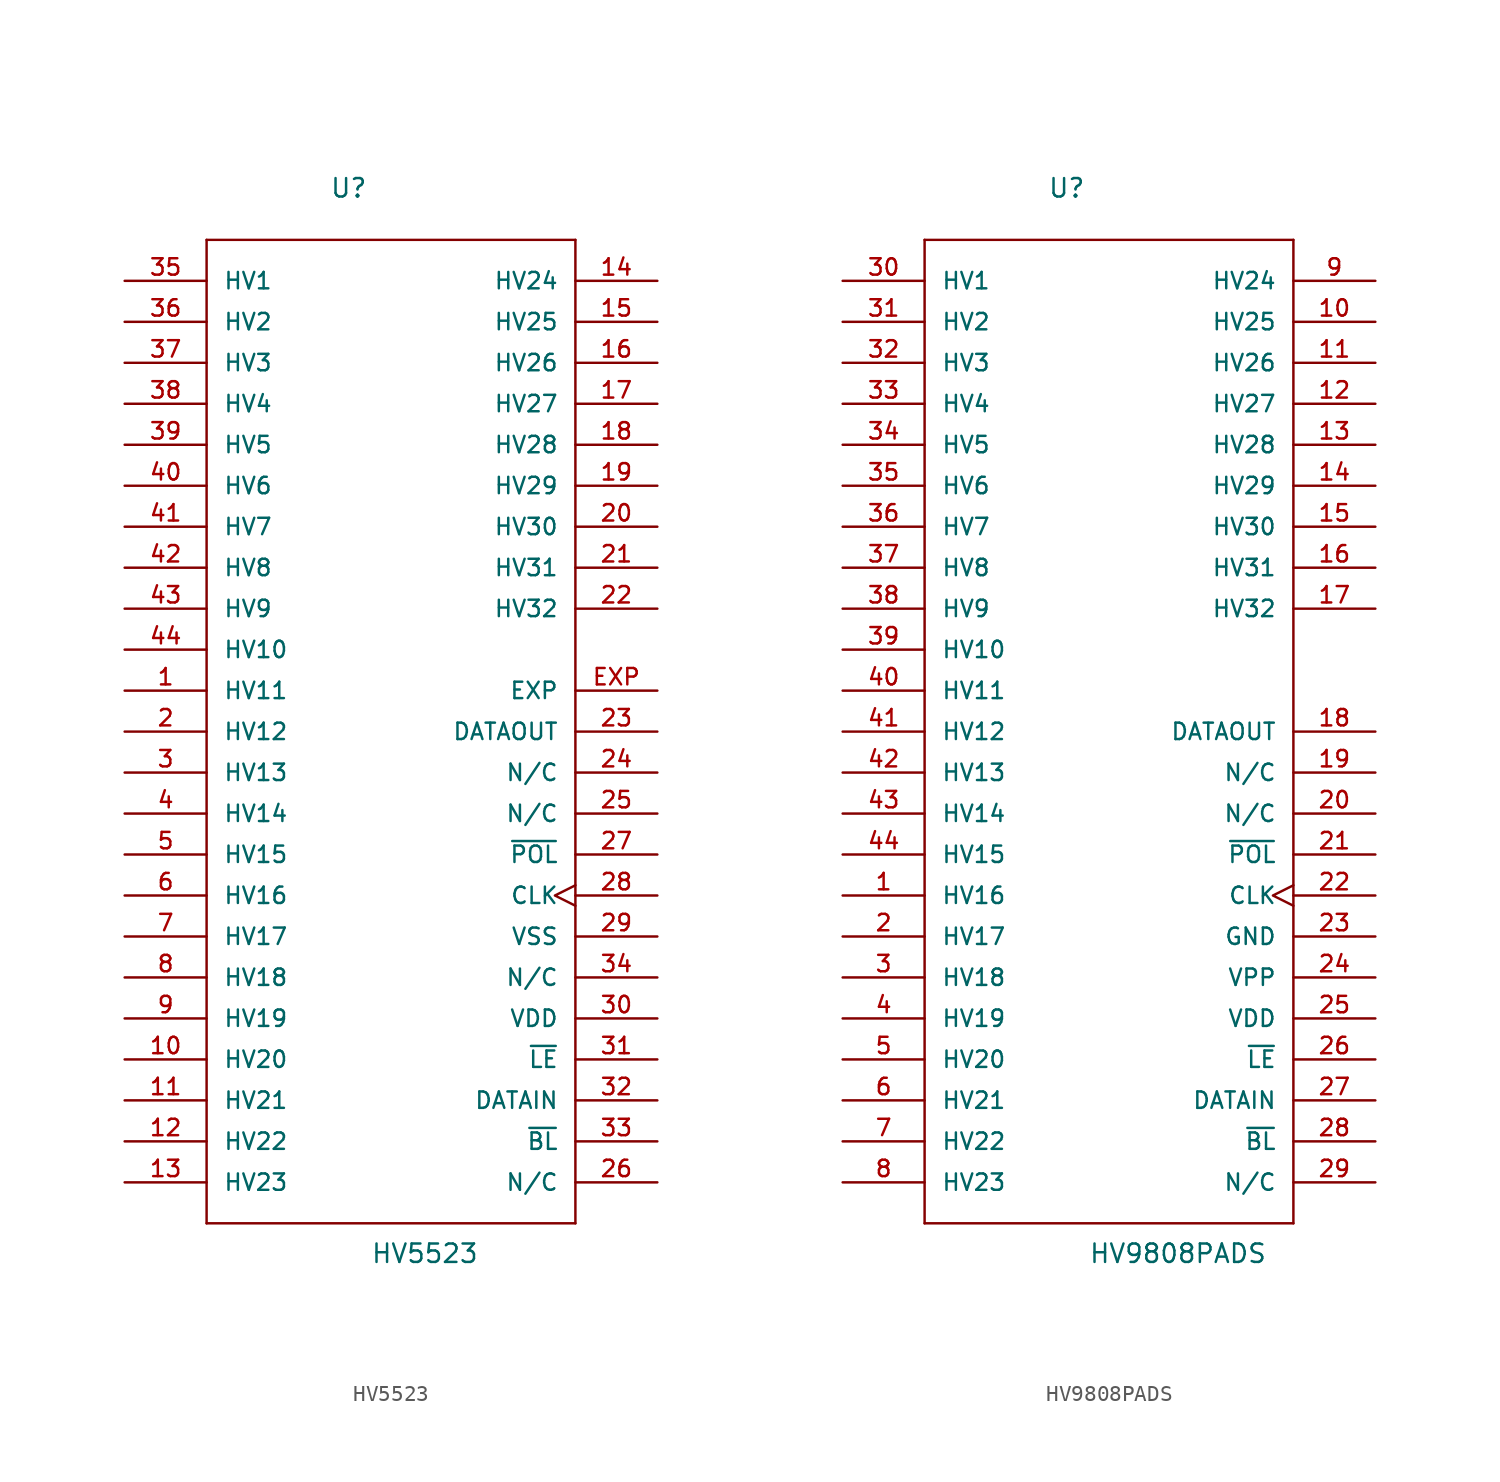
<source format=kicad_sym>
(kicad_symbol_lib
  (version 20241209)
  (generator "kicad_symbol_editor")
  (generator_version "9.0")
  (symbol "HV5523"
    (pin_names
      (offset 1.016))
    (property "Reference" "U"
      (at -5.08 33.02 0)
      (effects (font (size 1.143 1.143)) (justify left bottom)))
    (property "Value" "HV5523"
      (at -2.54 -33.02 0)
      (effects (font (size 1.143 1.143)) (justify left bottom)))
    (property "ki_locked" ""
      (at 0 0 0)
      (effects (font (size 1.27 1.27))))
    (symbol "HV5523_1_0"
      (polyline (pts (xy -12.7 30.48) (xy -12.7 -30.48)) (stroke (width 0) (type solid)) (fill (type none)))
      (polyline (pts (xy -12.7 -30.48) (xy 10.16 -30.48)) (stroke (width 0) (type solid)) (fill (type none)))
      (polyline (pts (xy 10.16 30.48) (xy -12.7 30.48)) (stroke (width 0) (type solid)) (fill (type none)))
      (polyline (pts (xy 10.16 -30.48) (xy 10.16 30.48)) (stroke (width 0) (type solid)) (fill (type none))))
    (symbol "HV5523_1_1"
      (pin passive line (at -17.78 27.94 0) (length 5.08) (name "HV1" (effects (font (size 1.016 1.016)))) (number "35" (effects (font (size 1.016 1.016)))))
      (pin passive line (at -17.78 25.4 0) (length 5.08) (name "HV2" (effects (font (size 1.016 1.016)))) (number "36" (effects (font (size 1.016 1.016)))))
      (pin passive line (at -17.78 22.86 0) (length 5.08) (name "HV3" (effects (font (size 1.016 1.016)))) (number "37" (effects (font (size 1.016 1.016)))))
      (pin passive line (at -17.78 20.32 0) (length 5.08) (name "HV4" (effects (font (size 1.016 1.016)))) (number "38" (effects (font (size 1.016 1.016)))))
      (pin passive line (at -17.78 17.78 0) (length 5.08) (name "HV5" (effects (font (size 1.016 1.016)))) (number "39" (effects (font (size 1.016 1.016)))))
      (pin passive line (at -17.78 15.24 0) (length 5.08) (name "HV6" (effects (font (size 1.016 1.016)))) (number "40" (effects (font (size 1.016 1.016)))))
      (pin passive line (at -17.78 12.7 0) (length 5.08) (name "HV7" (effects (font (size 1.016 1.016)))) (number "41" (effects (font (size 1.016 1.016)))))
      (pin passive line (at -17.78 10.16 0) (length 5.08) (name "HV8" (effects (font (size 1.016 1.016)))) (number "42" (effects (font (size 1.016 1.016)))))
      (pin passive line (at -17.78 7.62 0) (length 5.08) (name "HV9" (effects (font (size 1.016 1.016)))) (number "43" (effects (font (size 1.016 1.016)))))
      (pin passive line (at -17.78 5.08 0) (length 5.08) (name "HV10" (effects (font (size 1.016 1.016)))) (number "44" (effects (font (size 1.016 1.016)))))
      (pin passive line (at -17.78 2.54 0) (length 5.08) (name "HV11" (effects (font (size 1.016 1.016)))) (number "1" (effects (font (size 1.016 1.016)))))
      (pin passive line (at -17.78 0 0) (length 5.08) (name "HV12" (effects (font (size 1.016 1.016)))) (number "2" (effects (font (size 1.016 1.016)))))
      (pin passive line (at -17.78 -2.54 0) (length 5.08) (name "HV13" (effects (font (size 1.016 1.016)))) (number "3" (effects (font (size 1.016 1.016)))))
      (pin passive line (at -17.78 -5.08 0) (length 5.08) (name "HV14" (effects (font (size 1.016 1.016)))) (number "4" (effects (font (size 1.016 1.016)))))
      (pin passive line (at -17.78 -7.62 0) (length 5.08) (name "HV15" (effects (font (size 1.016 1.016)))) (number "5" (effects (font (size 1.016 1.016)))))
      (pin passive line (at -17.78 -10.16 0) (length 5.08) (name "HV16" (effects (font (size 1.016 1.016)))) (number "6" (effects (font (size 1.016 1.016)))))
      (pin passive line (at -17.78 -12.7 0) (length 5.08) (name "HV17" (effects (font (size 1.016 1.016)))) (number "7" (effects (font (size 1.016 1.016)))))
      (pin passive line (at -17.78 -15.24 0) (length 5.08) (name "HV18" (effects (font (size 1.016 1.016)))) (number "8" (effects (font (size 1.016 1.016)))))
      (pin passive line (at -17.78 -17.78 0) (length 5.08) (name "HV19" (effects (font (size 1.016 1.016)))) (number "9" (effects (font (size 1.016 1.016)))))
      (pin passive line (at -17.78 -20.32 0) (length 5.08) (name "HV20" (effects (font (size 1.016 1.016)))) (number "10" (effects (font (size 1.016 1.016)))))
      (pin passive line (at -17.78 -22.86 0) (length 5.08) (name "HV21" (effects (font (size 1.016 1.016)))) (number "11" (effects (font (size 1.016 1.016)))))
      (pin passive line (at -17.78 -25.4 0) (length 5.08) (name "HV22" (effects (font (size 1.016 1.016)))) (number "12" (effects (font (size 1.016 1.016)))))
      (pin passive line (at -17.78 -27.94 0) (length 5.08) (name "HV23" (effects (font (size 1.016 1.016)))) (number "13" (effects (font (size 1.016 1.016)))))
      (pin passive line (at 15.24 27.94 180) (length 5.08) (name "HV24" (effects (font (size 1.016 1.016)))) (number "14" (effects (font (size 1.016 1.016)))))
      (pin passive line (at 15.24 25.4 180) (length 5.08) (name "HV25" (effects (font (size 1.016 1.016)))) (number "15" (effects (font (size 1.016 1.016)))))
      (pin passive line (at 15.24 22.86 180) (length 5.08) (name "HV26" (effects (font (size 1.016 1.016)))) (number "16" (effects (font (size 1.016 1.016)))))
      (pin passive line (at 15.24 20.32 180) (length 5.08) (name "HV27" (effects (font (size 1.016 1.016)))) (number "17" (effects (font (size 1.016 1.016)))))
      (pin passive line (at 15.24 17.78 180) (length 5.08) (name "HV28" (effects (font (size 1.016 1.016)))) (number "18" (effects (font (size 1.016 1.016)))))
      (pin passive line (at 15.24 15.24 180) (length 5.08) (name "HV29" (effects (font (size 1.016 1.016)))) (number "19" (effects (font (size 1.016 1.016)))))
      (pin passive line (at 15.24 12.7 180) (length 5.08) (name "HV30" (effects (font (size 1.016 1.016)))) (number "20" (effects (font (size 1.016 1.016)))))
      (pin passive line (at 15.24 10.16 180) (length 5.08) (name "HV31" (effects (font (size 1.016 1.016)))) (number "21" (effects (font (size 1.016 1.016)))))
      (pin passive line (at 15.24 7.62 180) (length 5.08) (name "HV32" (effects (font (size 1.016 1.016)))) (number "22" (effects (font (size 1.016 1.016)))))
      (pin power_in line (at 15.24 2.54 180) (length 5.08) (name "EXP" (effects (font (size 1.016 1.016)))) (number "EXP" (effects (font (size 1.016 1.016)))))
      (pin bidirectional line (at 15.24 0 180) (length 5.08) (name "DATAOUT" (effects (font (size 1.016 1.016)))) (number "23" (effects (font (size 1.016 1.016)))))
      (pin unspecified line (at 15.24 -2.54 180) (length 5.08) (name "N/C" (effects (font (size 1.016 1.016)))) (number "24" (effects (font (size 1.016 1.016)))))
      (pin unspecified line (at 15.24 -5.08 180) (length 5.08) (name "N/C" (effects (font (size 1.016 1.016)))) (number "25" (effects (font (size 1.016 1.016)))))
      (pin passive line (at 15.24 -7.62 180) (length 5.08) (name "~{POL}" (effects (font (size 1.016 1.016)))) (number "27" (effects (font (size 1.016 1.016)))))
      (pin passive clock (at 15.24 -10.16 180) (length 5.08) (name "CLK" (effects (font (size 1.016 1.016)))) (number "28" (effects (font (size 1.016 1.016)))))
      (pin power_in line (at 15.24 -12.7 180) (length 5.08) (name "VSS" (effects (font (size 1.016 1.016)))) (number "29" (effects (font (size 1.016 1.016)))))
      (pin unspecified line (at 15.24 -15.24 180) (length 5.08) (name "N/C" (effects (font (size 1.016 1.016)))) (number "34" (effects (font (size 1.016 1.016)))))
      (pin power_in line (at 15.24 -17.78 180) (length 5.08) (name "VDD" (effects (font (size 1.016 1.016)))) (number "30" (effects (font (size 1.016 1.016)))))
      (pin passive line (at 15.24 -20.32 180) (length 5.08) (name "~{LE}" (effects (font (size 1.016 1.016)))) (number "31" (effects (font (size 1.016 1.016)))))
      (pin bidirectional line (at 15.24 -22.86 180) (length 5.08) (name "DATAIN" (effects (font (size 1.016 1.016)))) (number "32" (effects (font (size 1.016 1.016)))))
      (pin passive line (at 15.24 -25.4 180) (length 5.08) (name "~{BL}" (effects (font (size 1.016 1.016)))) (number "33" (effects (font (size 1.016 1.016)))))
      (pin unspecified line (at 15.24 -27.94 180) (length 5.08) (name "N/C" (effects (font (size 1.016 1.016)))) (number "26" (effects (font (size 1.016 1.016)))))))
  (symbol "HV9808PADS"
    (pin_names
      (offset 1.016))
    (property "Reference" "U"
      (at -5.08 33.02 0)
      (effects (font (size 1.143 1.143)) (justify left bottom)))
    (property "Value" "HV9808PADS"
      (at -2.54 -33.02 0)
      (effects (font (size 1.143 1.143)) (justify left bottom)))
    (property "ki_locked" ""
      (at 0 0 0)
      (effects (font (size 1.27 1.27))))
    (symbol "HV9808PADS_1_0"
      (polyline (pts (xy -12.7 30.48) (xy -12.7 -30.48)) (stroke (width 0) (type solid)) (fill (type none)))
      (polyline (pts (xy -12.7 -30.48) (xy 10.16 -30.48)) (stroke (width 0) (type solid)) (fill (type none)))
      (polyline (pts (xy 10.16 30.48) (xy -12.7 30.48)) (stroke (width 0) (type solid)) (fill (type none)))
      (polyline (pts (xy 10.16 -30.48) (xy 10.16 30.48)) (stroke (width 0) (type solid)) (fill (type none))))
    (symbol "HV9808PADS_1_1"
      (pin output line (at -17.78 27.94 0) (length 5.08) (name "HV1" (effects (font (size 1.016 1.016)))) (number "30" (effects (font (size 1.016 1.016)))))
      (pin output line (at -17.78 25.4 0) (length 5.08) (name "HV2" (effects (font (size 1.016 1.016)))) (number "31" (effects (font (size 1.016 1.016)))))
      (pin output line (at -17.78 22.86 0) (length 5.08) (name "HV3" (effects (font (size 1.016 1.016)))) (number "32" (effects (font (size 1.016 1.016)))))
      (pin output line (at -17.78 20.32 0) (length 5.08) (name "HV4" (effects (font (size 1.016 1.016)))) (number "33" (effects (font (size 1.016 1.016)))))
      (pin output line (at -17.78 17.78 0) (length 5.08) (name "HV5" (effects (font (size 1.016 1.016)))) (number "34" (effects (font (size 1.016 1.016)))))
      (pin output line (at -17.78 15.24 0) (length 5.08) (name "HV6" (effects (font (size 1.016 1.016)))) (number "35" (effects (font (size 1.016 1.016)))))
      (pin output line (at -17.78 12.7 0) (length 5.08) (name "HV7" (effects (font (size 1.016 1.016)))) (number "36" (effects (font (size 1.016 1.016)))))
      (pin output line (at -17.78 10.16 0) (length 5.08) (name "HV8" (effects (font (size 1.016 1.016)))) (number "37" (effects (font (size 1.016 1.016)))))
      (pin output line (at -17.78 7.62 0) (length 5.08) (name "HV9" (effects (font (size 1.016 1.016)))) (number "38" (effects (font (size 1.016 1.016)))))
      (pin output line (at -17.78 5.08 0) (length 5.08) (name "HV10" (effects (font (size 1.016 1.016)))) (number "39" (effects (font (size 1.016 1.016)))))
      (pin output line (at -17.78 2.54 0) (length 5.08) (name "HV11" (effects (font (size 1.016 1.016)))) (number "40" (effects (font (size 1.016 1.016)))))
      (pin output line (at -17.78 0 0) (length 5.08) (name "HV12" (effects (font (size 1.016 1.016)))) (number "41" (effects (font (size 1.016 1.016)))))
      (pin output line (at -17.78 -2.54 0) (length 5.08) (name "HV13" (effects (font (size 1.016 1.016)))) (number "42" (effects (font (size 1.016 1.016)))))
      (pin output line (at -17.78 -5.08 0) (length 5.08) (name "HV14" (effects (font (size 1.016 1.016)))) (number "43" (effects (font (size 1.016 1.016)))))
      (pin output line (at -17.78 -7.62 0) (length 5.08) (name "HV15" (effects (font (size 1.016 1.016)))) (number "44" (effects (font (size 1.016 1.016)))))
      (pin output line (at -17.78 -10.16 0) (length 5.08) (name "HV16" (effects (font (size 1.016 1.016)))) (number "1" (effects (font (size 1.016 1.016)))))
      (pin output line (at -17.78 -12.7 0) (length 5.08) (name "HV17" (effects (font (size 1.016 1.016)))) (number "2" (effects (font (size 1.016 1.016)))))
      (pin output line (at -17.78 -15.24 0) (length 5.08) (name "HV18" (effects (font (size 1.016 1.016)))) (number "3" (effects (font (size 1.016 1.016)))))
      (pin output line (at -17.78 -17.78 0) (length 5.08) (name "HV19" (effects (font (size 1.016 1.016)))) (number "4" (effects (font (size 1.016 1.016)))))
      (pin output line (at -17.78 -20.32 0) (length 5.08) (name "HV20" (effects (font (size 1.016 1.016)))) (number "5" (effects (font (size 1.016 1.016)))))
      (pin output line (at -17.78 -22.86 0) (length 5.08) (name "HV21" (effects (font (size 1.016 1.016)))) (number "6" (effects (font (size 1.016 1.016)))))
      (pin output line (at -17.78 -25.4 0) (length 5.08) (name "HV22" (effects (font (size 1.016 1.016)))) (number "7" (effects (font (size 1.016 1.016)))))
      (pin output line (at -17.78 -27.94 0) (length 5.08) (name "HV23" (effects (font (size 1.016 1.016)))) (number "8" (effects (font (size 1.016 1.016)))))
      (pin output line (at 15.24 27.94 180) (length 5.08) (name "HV24" (effects (font (size 1.016 1.016)))) (number "9" (effects (font (size 1.016 1.016)))))
      (pin output line (at 15.24 25.4 180) (length 5.08) (name "HV25" (effects (font (size 1.016 1.016)))) (number "10" (effects (font (size 1.016 1.016)))))
      (pin output line (at 15.24 22.86 180) (length 5.08) (name "HV26" (effects (font (size 1.016 1.016)))) (number "11" (effects (font (size 1.016 1.016)))))
      (pin output line (at 15.24 20.32 180) (length 5.08) (name "HV27" (effects (font (size 1.016 1.016)))) (number "12" (effects (font (size 1.016 1.016)))))
      (pin output line (at 15.24 17.78 180) (length 5.08) (name "HV28" (effects (font (size 1.016 1.016)))) (number "13" (effects (font (size 1.016 1.016)))))
      (pin output line (at 15.24 15.24 180) (length 5.08) (name "HV29" (effects (font (size 1.016 1.016)))) (number "14" (effects (font (size 1.016 1.016)))))
      (pin output line (at 15.24 12.7 180) (length 5.08) (name "HV30" (effects (font (size 1.016 1.016)))) (number "15" (effects (font (size 1.016 1.016)))))
      (pin output line (at 15.24 10.16 180) (length 5.08) (name "HV31" (effects (font (size 1.016 1.016)))) (number "16" (effects (font (size 1.016 1.016)))))
      (pin output line (at 15.24 7.62 180) (length 5.08) (name "HV32" (effects (font (size 1.016 1.016)))) (number "17" (effects (font (size 1.016 1.016)))))
      (pin output line (at 15.24 0 180) (length 5.08) (name "DATAOUT" (effects (font (size 1.016 1.016)))) (number "18" (effects (font (size 1.016 1.016)))))
      (pin unspecified line (at 15.24 -2.54 180) (length 5.08) (name "N/C" (effects (font (size 1.016 1.016)))) (number "19" (effects (font (size 1.016 1.016)))))
      (pin unspecified line (at 15.24 -5.08 180) (length 5.08) (name "N/C" (effects (font (size 1.016 1.016)))) (number "20" (effects (font (size 1.016 1.016)))))
      (pin input line (at 15.24 -7.62 180) (length 5.08) (name "~{POL}" (effects (font (size 1.016 1.016)))) (number "21" (effects (font (size 1.016 1.016)))))
      (pin output clock (at 15.24 -10.16 180) (length 5.08) (name "CLK" (effects (font (size 1.016 1.016)))) (number "22" (effects (font (size 1.016 1.016)))))
      (pin power_in line (at 15.24 -12.7 180) (length 5.08) (name "GND" (effects (font (size 1.016 1.016)))) (number "23" (effects (font (size 1.016 1.016)))))
      (pin power_in line (at 15.24 -15.24 180) (length 5.08) (name "VPP" (effects (font (size 1.016 1.016)))) (number "24" (effects (font (size 1.016 1.016)))))
      (pin power_in line (at 15.24 -17.78 180) (length 5.08) (name "VDD" (effects (font (size 1.016 1.016)))) (number "25" (effects (font (size 1.016 1.016)))))
      (pin input line (at 15.24 -20.32 180) (length 5.08) (name "~{LE}" (effects (font (size 1.016 1.016)))) (number "26" (effects (font (size 1.016 1.016)))))
      (pin input line (at 15.24 -22.86 180) (length 5.08) (name "DATAIN" (effects (font (size 1.016 1.016)))) (number "27" (effects (font (size 1.016 1.016)))))
      (pin input line (at 15.24 -25.4 180) (length 5.08) (name "~{BL}" (effects (font (size 1.016 1.016)))) (number "28" (effects (font (size 1.016 1.016)))))
      (pin unspecified line (at 15.24 -27.94 180) (length 5.08) (name "N/C" (effects (font (size 1.016 1.016)))) (number "29" (effects (font (size 1.016 1.016))))))))
</source>
